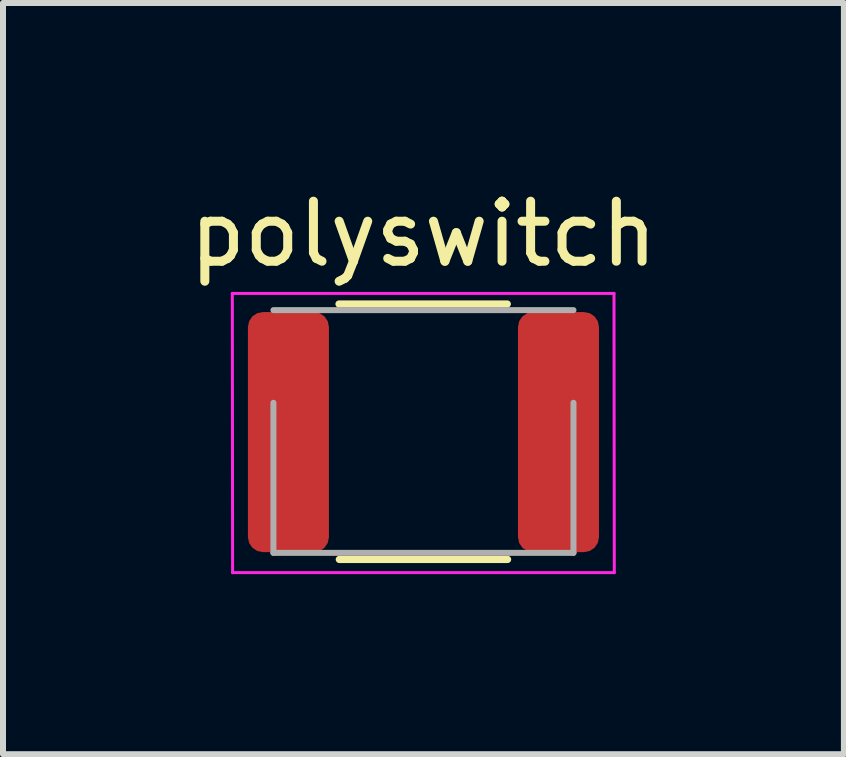
<source format=kicad_pcb>
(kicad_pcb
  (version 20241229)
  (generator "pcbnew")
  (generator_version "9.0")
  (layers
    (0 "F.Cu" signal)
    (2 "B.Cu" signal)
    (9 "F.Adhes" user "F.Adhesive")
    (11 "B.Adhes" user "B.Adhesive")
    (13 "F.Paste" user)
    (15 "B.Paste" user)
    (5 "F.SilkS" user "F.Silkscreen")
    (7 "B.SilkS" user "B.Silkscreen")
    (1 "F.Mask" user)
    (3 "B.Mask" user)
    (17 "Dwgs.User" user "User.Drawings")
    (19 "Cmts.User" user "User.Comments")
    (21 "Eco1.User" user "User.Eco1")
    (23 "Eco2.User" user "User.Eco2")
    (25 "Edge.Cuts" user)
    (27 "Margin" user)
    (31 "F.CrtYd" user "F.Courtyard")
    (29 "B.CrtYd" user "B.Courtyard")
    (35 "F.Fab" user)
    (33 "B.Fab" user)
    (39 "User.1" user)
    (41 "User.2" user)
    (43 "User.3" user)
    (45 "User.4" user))
  (footprint "polyswitch"
    (layer "F.Cu")
    (at 4.006 4.15)
    (property "Reference" "polyswitch" (at 0 -3.302 0) (layer "F.SilkS") (effects (font (size 1 1) (thickness 0.15))))
    (attr through_hole)
    (fp_line (start -1.407 -2.134) (end 1.397 -2.134) (stroke (width 0.12) (type solid)) (layer "F.SilkS"))
    (fp_line (start -1.402 2.122) (end 1.402 2.122) (stroke (width 0.12) (type solid)) (layer "F.SilkS"))
    (fp_line (start -3.185 -2.311) (end 3.175 -2.311) (stroke (width 0.05) (type solid)) (layer "F.CrtYd"))
    (fp_line (start -3.18 2.342) (end -3.185 -2.311) (stroke (width 0.05) (type solid)) (layer "F.CrtYd"))
    (fp_line (start 3.175 -2.311) (end 3.18 2.342) (stroke (width 0.05) (type solid)) (layer "F.CrtYd"))
    (fp_line (start 3.18 2.342) (end -3.18 2.342) (stroke (width 0.05) (type solid)) (layer "F.CrtYd"))
    (fp_line (start -2.5 -2.032) (end 2.5 -2.032) (stroke (width 0.1) (type solid)) (layer "F.Fab"))
    (fp_line (start -2.5 2.012) (end -2.5 -0.488) (stroke (width 0.1) (type solid)) (layer "F.Fab"))
    (fp_line (start 2.5 -0.488) (end 2.5 2.012) (stroke (width 0.1) (type solid)) (layer "F.Fab"))
    (fp_line (start 2.5 2.012) (end -2.5 2.012) (stroke (width 0.1) (type solid)) (layer "F.Fab"))
    (pad "1" smd roundrect (at -2.25 0) (size 1.35 4) (layers "F.Cu" "F.Mask" "F.Paste") (roundrect_rratio 0.185))
    (pad "2" smd roundrect (at 2.25 0) (size 1.35 4) (layers "F.Cu" "F.Mask" "F.Paste") (roundrect_rratio 0.185)))
  (gr_rect
    (start -3 -3)
    (end 11.012 9.517)
    (stroke (width 0.1) (type default))
    (fill no)
    (layer "Edge.Cuts")))
</source>
